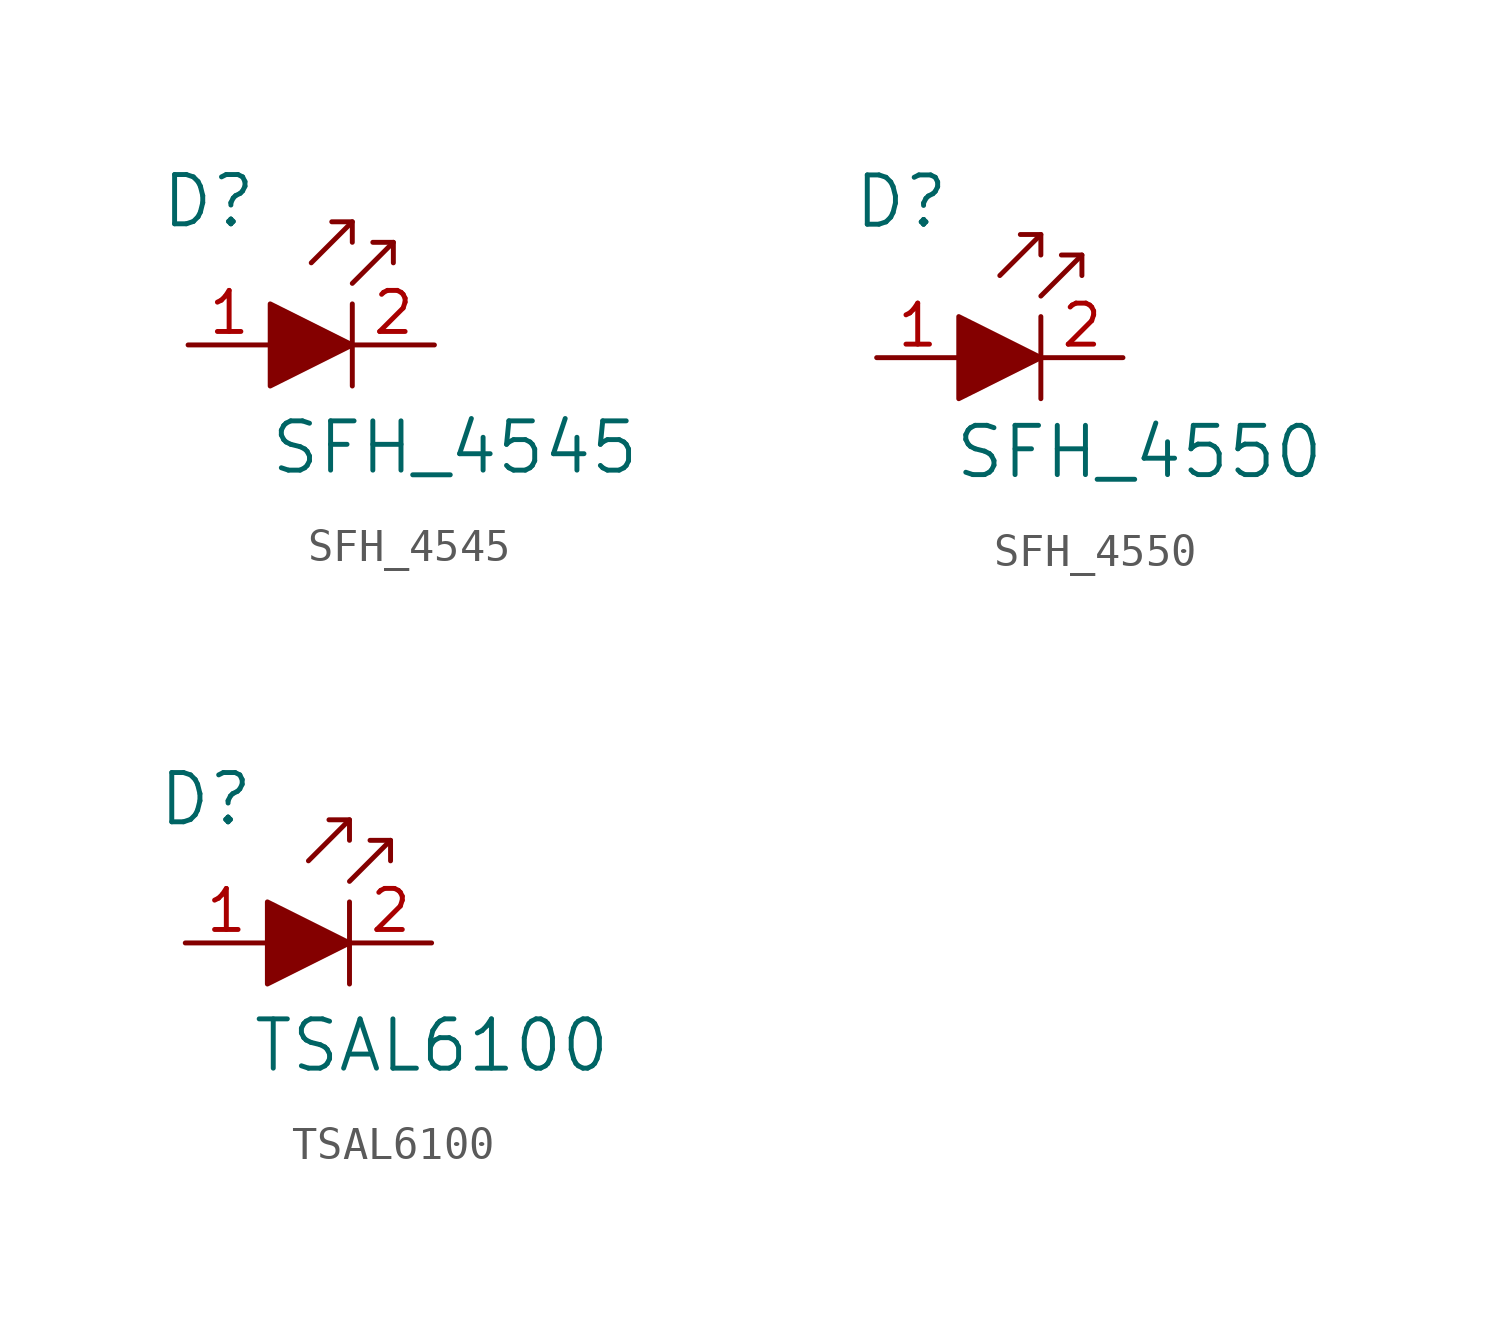
<source format=kicad_sym>
(kicad_symbol_lib
  (version 20201005)
  (generator kicad_symbol_editor)
  (symbol "SFH_4545"
    (pin_names
      (offset 0))
    (property "Reference" "D"
      (at -1.905 4.445 0)
      (effects (font (size 1.524 1.524))))
    (property "Value" "SFH_4545"
      (at 5.715 -3.175 0)
      (effects (font (size 1.524 1.524))))
    (symbol "SFH_4545_0_1"
      (polyline (pts (xy 2.54 1.27) (xy 2.54 -1.27)) (stroke (width 0)) (fill (type none)))
      (polyline (pts (xy 2.54 3.81) (xy 1.27 2.54)) (stroke (width 0)) (fill (type none)))
      (polyline (pts (xy 3.81 3.175) (xy 2.54 1.905)) (stroke (width 0)) (fill (type none)))
      (polyline (pts (xy 1.905 3.81) (xy 2.54 3.81) (xy 2.54 3.175)) (stroke (width 0)) (fill (type none)))
      (polyline (pts (xy 3.175 3.175) (xy 3.81 3.175) (xy 3.81 2.54)) (stroke (width 0)) (fill (type none)))
      (polyline (pts (xy 0 1.27) (xy 0 -1.27) (xy 2.54 0) (xy 0 1.27)) (stroke (width 0)) (fill (type outline))))
    (symbol "SFH_4545_1_1"
      (pin passive line (at -2.54 0 0) (length 2.54) (name "~" (effects (font (size 1.27 1.27)))) (number "1" (effects (font (size 1.27 1.27)))))
      (pin passive line (at 5.08 0 180) (length 2.54) (name "~" (effects (font (size 1.27 1.27)))) (number "2" (effects (font (size 1.27 1.27)))))))
  (symbol "SFH_4550"
    (pin_names
      (offset 0))
    (property "Reference" "D"
      (at -1.778 4.826 0)
      (effects (font (size 1.524 1.524))))
    (property "Value" "SFH_4550"
      (at 5.588 -2.921 0)
      (effects (font (size 1.524 1.524))))
    (symbol "SFH_4550_0_1"
      (polyline (pts (xy 2.54 1.27) (xy 2.54 -1.27)) (stroke (width 0)) (fill (type none)))
      (polyline (pts (xy 2.54 3.81) (xy 1.27 2.54)) (stroke (width 0)) (fill (type none)))
      (polyline (pts (xy 3.81 3.175) (xy 2.54 1.905)) (stroke (width 0)) (fill (type none)))
      (polyline (pts (xy 1.905 3.81) (xy 2.54 3.81) (xy 2.54 3.175)) (stroke (width 0)) (fill (type none)))
      (polyline (pts (xy 3.175 3.175) (xy 3.81 3.175) (xy 3.81 2.54)) (stroke (width 0)) (fill (type none)))
      (polyline (pts (xy 0 1.27) (xy 0 -1.27) (xy 2.54 0) (xy 0 1.27)) (stroke (width 0)) (fill (type outline))))
    (symbol "SFH_4550_1_1"
      (pin passive line (at -2.54 0 0) (length 2.54) (name "~" (effects (font (size 1.27 1.27)))) (number "1" (effects (font (size 1.27 1.27)))))
      (pin passive line (at 5.08 0 180) (length 2.54) (name "~" (effects (font (size 1.27 1.27)))) (number "2" (effects (font (size 1.27 1.27)))))))
  (symbol "TSAL6100"
    (pin_names
      (offset 0))
    (property "Reference" "D"
      (at -1.905 4.445 0)
      (effects (font (size 1.524 1.524))))
    (property "Value" "TSAL6100"
      (at 5.08 -3.175 0)
      (effects (font (size 1.524 1.524))))
    (symbol "TSAL6100_0_1"
      (polyline (pts (xy 2.54 1.27) (xy 2.54 -1.27)) (stroke (width 0)) (fill (type none)))
      (polyline (pts (xy 2.54 3.81) (xy 1.27 2.54)) (stroke (width 0)) (fill (type none)))
      (polyline (pts (xy 3.81 3.175) (xy 2.54 1.905)) (stroke (width 0)) (fill (type none)))
      (polyline (pts (xy 1.905 3.81) (xy 2.54 3.81) (xy 2.54 3.175)) (stroke (width 0)) (fill (type none)))
      (polyline (pts (xy 3.175 3.175) (xy 3.81 3.175) (xy 3.81 2.54)) (stroke (width 0)) (fill (type none)))
      (polyline (pts (xy 0 1.27) (xy 0 -1.27) (xy 2.54 0) (xy 0 1.27)) (stroke (width 0)) (fill (type outline))))
    (symbol "TSAL6100_1_1"
      (pin passive line (at -2.54 0 0) (length 2.54) (name "~" (effects (font (size 1.27 1.27)))) (number "1" (effects (font (size 1.27 1.27)))))
      (pin passive line (at 5.08 0 180) (length 2.54) (name "~" (effects (font (size 1.27 1.27)))) (number "2" (effects (font (size 1.27 1.27))))))))
</source>
